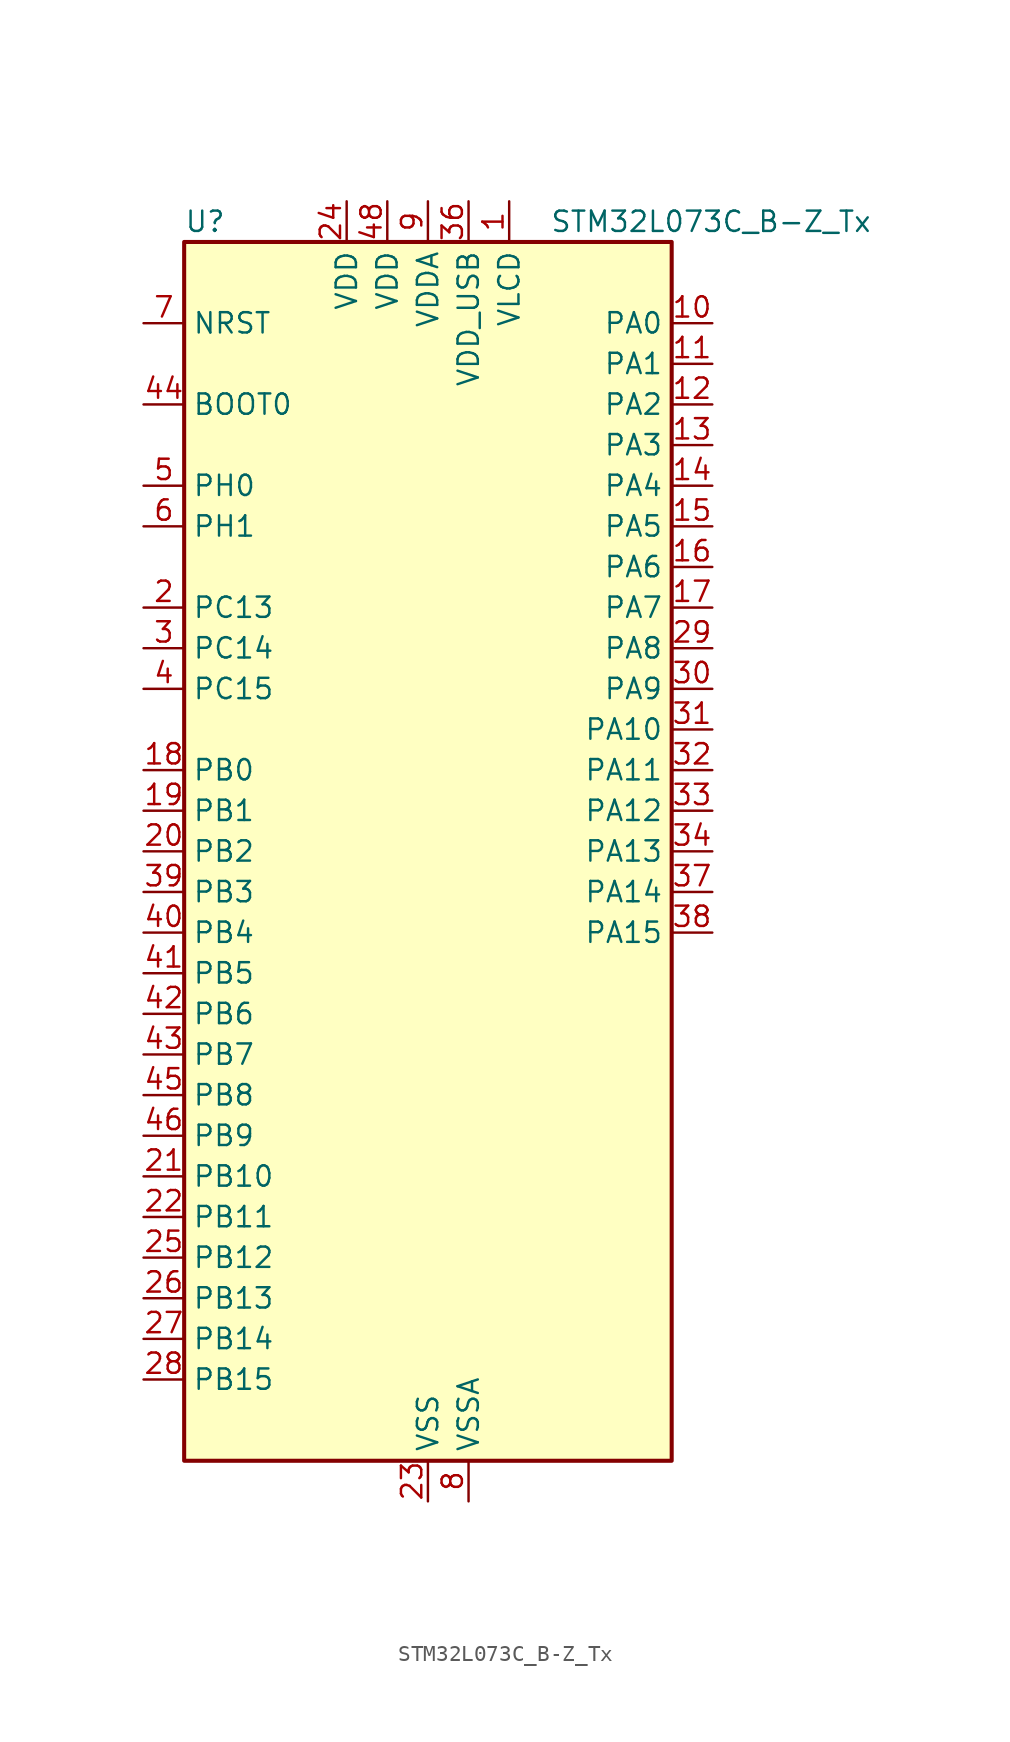
<source format=kicad_sym>
(kicad_symbol_lib
  (version 20241209)
  (generator "kicad_symbol_editor")
  (generator_version "9.0")
  (symbol "STM32L073C_B-Z_Tx"
    (property "Reference" "U"
      (at -15.24 39.37 0)
      (effects (font (size 1.27 1.27)) (justify left)))
    (property "Value" "STM32L073C_B-Z_Tx"
      (at 7.62 39.37 0)
      (effects (font (size 1.27 1.27)) (justify left)))
    (symbol "STM32L073C_B-Z_Tx_0_1"
      (rectangle (start -15.24 -38.1) (end 15.24 38.1) (stroke (width 0.254) (type default)) (fill (type background))))
    (symbol "STM32L073C_B-Z_Tx_1_1"
      (pin input line (at -17.78 33.02 0) (length 2.54) (name "NRST" (effects (font (size 1.27 1.27)))) (number "7" (effects (font (size 1.27 1.27)))))
      (pin input line (at -17.78 27.94 0) (length 2.54) (name "BOOT0" (effects (font (size 1.27 1.27)))) (number "44" (effects (font (size 1.27 1.27)))))
      (pin bidirectional line (at -17.78 22.86 0) (length 2.54) (name "PH0" (effects (font (size 1.27 1.27)))) (number "5" (effects (font (size 1.27 1.27)))) (alternate "CRS_SYNC" bidirectional line) (alternate "RCC_OSC_IN" bidirectional line))
      (pin bidirectional line (at -17.78 20.32 0) (length 2.54) (name "PH1" (effects (font (size 1.27 1.27)))) (number "6" (effects (font (size 1.27 1.27)))) (alternate "RCC_OSC_OUT" bidirectional line))
      (pin bidirectional line (at -17.78 15.24 0) (length 2.54) (name "PC13" (effects (font (size 1.27 1.27)))) (number "2" (effects (font (size 1.27 1.27)))) (alternate "RTC_OUT_ALARM" bidirectional line) (alternate "RTC_OUT_CALIB" bidirectional line) (alternate "RTC_TAMP1" bidirectional line) (alternate "RTC_TS" bidirectional line) (alternate "SYS_WKUP2" bidirectional line))
      (pin bidirectional line (at -17.78 12.7 0) (length 2.54) (name "PC14" (effects (font (size 1.27 1.27)))) (number "3" (effects (font (size 1.27 1.27)))) (alternate "RCC_OSC32_IN" bidirectional line))
      (pin bidirectional line (at -17.78 10.16 0) (length 2.54) (name "PC15" (effects (font (size 1.27 1.27)))) (number "4" (effects (font (size 1.27 1.27)))) (alternate "RCC_OSC32_OUT" bidirectional line))
      (pin bidirectional line (at -17.78 5.08 0) (length 2.54) (name "PB0" (effects (font (size 1.27 1.27)))) (number "18" (effects (font (size 1.27 1.27)))) (alternate "ADC_IN8" bidirectional line) (alternate "LCD_SEG5" bidirectional line) (alternate "LCD_VLCD3" bidirectional line) (alternate "SYS_VREF_OUT_PB0" bidirectional line) (alternate "TIM3_CH3" bidirectional line) (alternate "TSC_G3_IO2" bidirectional line))
      (pin bidirectional line (at -17.78 2.54 0) (length 2.54) (name "PB1" (effects (font (size 1.27 1.27)))) (number "19" (effects (font (size 1.27 1.27)))) (alternate "ADC_IN9" bidirectional line) (alternate "LCD_SEG6" bidirectional line) (alternate "LPUART1_DE" bidirectional line) (alternate "LPUART1_RTS" bidirectional line) (alternate "SYS_VREF_OUT_PB1" bidirectional line) (alternate "TIM3_CH4" bidirectional line) (alternate "TSC_G3_IO3" bidirectional line))
      (pin bidirectional line (at -17.78 0 0) (length 2.54) (name "PB2" (effects (font (size 1.27 1.27)))) (number "20" (effects (font (size 1.27 1.27)))) (alternate "I2C3_SMBA" bidirectional line) (alternate "LCD_VLCD2" bidirectional line) (alternate "LPTIM1_OUT" bidirectional line) (alternate "TSC_G3_IO4" bidirectional line))
      (pin bidirectional line (at -17.78 -2.54 0) (length 2.54) (name "PB3" (effects (font (size 1.27 1.27)))) (number "39" (effects (font (size 1.27 1.27)))) (alternate "COMP2_INM" bidirectional line) (alternate "LCD_SEG7" bidirectional line) (alternate "SPI1_SCK" bidirectional line) (alternate "TIM2_CH2" bidirectional line) (alternate "TSC_G5_IO1" bidirectional line) (alternate "USART1_DE" bidirectional line) (alternate "USART1_RTS" bidirectional line) (alternate "USART5_TX" bidirectional line))
      (pin bidirectional line (at -17.78 -5.08 0) (length 2.54) (name "PB4" (effects (font (size 1.27 1.27)))) (number "40" (effects (font (size 1.27 1.27)))) (alternate "COMP2_INP" bidirectional line) (alternate "I2C3_SDA" bidirectional line) (alternate "LCD_SEG8" bidirectional line) (alternate "SPI1_MISO" bidirectional line) (alternate "TIM22_CH1" bidirectional line) (alternate "TIM3_CH1" bidirectional line) (alternate "TSC_G5_IO2" bidirectional line) (alternate "USART1_CTS" bidirectional line) (alternate "USART5_RX" bidirectional line))
      (pin bidirectional line (at -17.78 -7.62 0) (length 2.54) (name "PB5" (effects (font (size 1.27 1.27)))) (number "41" (effects (font (size 1.27 1.27)))) (alternate "COMP2_INP" bidirectional line) (alternate "I2C1_SMBA" bidirectional line) (alternate "LCD_SEG9" bidirectional line) (alternate "LPTIM1_IN1" bidirectional line) (alternate "SPI1_MOSI" bidirectional line) (alternate "TIM22_CH2" bidirectional line) (alternate "TIM3_CH2" bidirectional line) (alternate "USART1_CK" bidirectional line) (alternate "USART5_CK" bidirectional line) (alternate "USART5_DE" bidirectional line) (alternate "USART5_RTS" bidirectional line))
      (pin bidirectional line (at -17.78 -10.16 0) (length 2.54) (name "PB6" (effects (font (size 1.27 1.27)))) (number "42" (effects (font (size 1.27 1.27)))) (alternate "COMP2_INP" bidirectional line) (alternate "I2C1_SCL" bidirectional line) (alternate "LPTIM1_ETR" bidirectional line) (alternate "TSC_G5_IO3" bidirectional line) (alternate "USART1_TX" bidirectional line))
      (pin bidirectional line (at -17.78 -12.7 0) (length 2.54) (name "PB7" (effects (font (size 1.27 1.27)))) (number "43" (effects (font (size 1.27 1.27)))) (alternate "COMP2_INP" bidirectional line) (alternate "I2C1_SDA" bidirectional line) (alternate "LPTIM1_IN2" bidirectional line) (alternate "SYS_PVD_IN" bidirectional line) (alternate "TSC_G5_IO4" bidirectional line) (alternate "USART1_RX" bidirectional line) (alternate "USART4_CTS" bidirectional line))
      (pin bidirectional line (at -17.78 -15.24 0) (length 2.54) (name "PB8" (effects (font (size 1.27 1.27)))) (number "45" (effects (font (size 1.27 1.27)))) (alternate "I2C1_SCL" bidirectional line) (alternate "LCD_SEG16" bidirectional line) (alternate "TSC_SYNC" bidirectional line))
      (pin bidirectional line (at -17.78 -17.78 0) (length 2.54) (name "PB9" (effects (font (size 1.27 1.27)))) (number "46" (effects (font (size 1.27 1.27)))) (alternate "DAC_EXTI9" bidirectional line) (alternate "I2C1_SDA" bidirectional line) (alternate "I2S2_WS" bidirectional line) (alternate "LCD_COM3" bidirectional line) (alternate "SPI2_NSS" bidirectional line))
      (pin bidirectional line (at -17.78 -20.32 0) (length 2.54) (name "PB10" (effects (font (size 1.27 1.27)))) (number "21" (effects (font (size 1.27 1.27)))) (alternate "I2C2_SCL" bidirectional line) (alternate "LCD_SEG10" bidirectional line) (alternate "LPUART1_RX" bidirectional line) (alternate "LPUART1_TX" bidirectional line) (alternate "SPI2_SCK" bidirectional line) (alternate "TIM2_CH3" bidirectional line) (alternate "TSC_SYNC" bidirectional line))
      (pin bidirectional line (at -17.78 -22.86 0) (length 2.54) (name "PB11" (effects (font (size 1.27 1.27)))) (number "22" (effects (font (size 1.27 1.27)))) (alternate "ADC_EXTI11" bidirectional line) (alternate "I2C2_SDA" bidirectional line) (alternate "LCD_SEG11" bidirectional line) (alternate "LPUART1_RX" bidirectional line) (alternate "LPUART1_TX" bidirectional line) (alternate "TIM2_CH4" bidirectional line) (alternate "TSC_G6_IO1" bidirectional line))
      (pin bidirectional line (at -17.78 -25.4 0) (length 2.54) (name "PB12" (effects (font (size 1.27 1.27)))) (number "25" (effects (font (size 1.27 1.27)))) (alternate "I2S2_WS" bidirectional line) (alternate "LCD_SEG12" bidirectional line) (alternate "LCD_VLCD2" bidirectional line) (alternate "LPUART1_DE" bidirectional line) (alternate "LPUART1_RTS" bidirectional line) (alternate "SPI2_NSS" bidirectional line) (alternate "TSC_G6_IO2" bidirectional line))
      (pin bidirectional line (at -17.78 -27.94 0) (length 2.54) (name "PB13" (effects (font (size 1.27 1.27)))) (number "26" (effects (font (size 1.27 1.27)))) (alternate "I2C2_SCL" bidirectional line) (alternate "I2S2_CK" bidirectional line) (alternate "LCD_SEG13" bidirectional line) (alternate "LPUART1_CTS" bidirectional line) (alternate "RCC_MCO" bidirectional line) (alternate "SPI2_SCK" bidirectional line) (alternate "TIM21_CH1" bidirectional line) (alternate "TSC_G6_IO3" bidirectional line))
      (pin bidirectional line (at -17.78 -30.48 0) (length 2.54) (name "PB14" (effects (font (size 1.27 1.27)))) (number "27" (effects (font (size 1.27 1.27)))) (alternate "I2C2_SDA" bidirectional line) (alternate "I2S2_MCK" bidirectional line) (alternate "LCD_SEG14" bidirectional line) (alternate "LPUART1_DE" bidirectional line) (alternate "LPUART1_RTS" bidirectional line) (alternate "RTC_OUT_ALARM" bidirectional line) (alternate "RTC_OUT_CALIB" bidirectional line) (alternate "SPI2_MISO" bidirectional line) (alternate "TIM21_CH2" bidirectional line) (alternate "TSC_G6_IO4" bidirectional line))
      (pin bidirectional line (at -17.78 -33.02 0) (length 2.54) (name "PB15" (effects (font (size 1.27 1.27)))) (number "28" (effects (font (size 1.27 1.27)))) (alternate "I2S2_SD" bidirectional line) (alternate "LCD_SEG15" bidirectional line) (alternate "RTC_REFIN" bidirectional line) (alternate "SPI2_MOSI" bidirectional line))
      (pin power_in line (at -5.08 40.64 270) (length 2.54) (name "VDD" (effects (font (size 1.27 1.27)))) (number "24" (effects (font (size 1.27 1.27)))))
      (pin power_in line (at -2.54 40.64 270) (length 2.54) (name "VDD" (effects (font (size 1.27 1.27)))) (number "48" (effects (font (size 1.27 1.27)))))
      (pin power_in line (at 0 40.64 270) (length 2.54) (name "VDDA" (effects (font (size 1.27 1.27)))) (number "9" (effects (font (size 1.27 1.27)))))
      (pin power_in line (at 0 -40.64 90) (length 2.54) (name "VSS" (effects (font (size 1.27 1.27)))) (number "23" (effects (font (size 1.27 1.27)))))
      (pin passive line (at 0 -40.64 90) (length 2.54) (hide yes) (name "VSS" (effects (font (size 1.27 1.27)))) (number "35" (effects (font (size 1.27 1.27)))))
      (pin passive line (at 0 -40.64 90) (length 2.54) (hide yes) (name "VSS" (effects (font (size 1.27 1.27)))) (number "47" (effects (font (size 1.27 1.27)))))
      (pin power_in line (at 2.54 40.64 270) (length 2.54) (name "VDD_USB" (effects (font (size 1.27 1.27)))) (number "36" (effects (font (size 1.27 1.27)))))
      (pin power_in line (at 2.54 -40.64 90) (length 2.54) (name "VSSA" (effects (font (size 1.27 1.27)))) (number "8" (effects (font (size 1.27 1.27)))))
      (pin power_in line (at 5.08 40.64 270) (length 2.54) (name "VLCD" (effects (font (size 1.27 1.27)))) (number "1" (effects (font (size 1.27 1.27)))))
      (pin bidirectional line (at 17.78 33.02 180) (length 2.54) (name "PA0" (effects (font (size 1.27 1.27)))) (number "10" (effects (font (size 1.27 1.27)))) (alternate "ADC_IN0" bidirectional line) (alternate "COMP1_INM" bidirectional line) (alternate "COMP1_OUT" bidirectional line) (alternate "RTC_TAMP2" bidirectional line) (alternate "SYS_WKUP1" bidirectional line) (alternate "TIM2_CH1" bidirectional line) (alternate "TIM2_ETR" bidirectional line) (alternate "TSC_G1_IO1" bidirectional line) (alternate "USART2_CTS" bidirectional line) (alternate "USART4_TX" bidirectional line))
      (pin bidirectional line (at 17.78 30.48 180) (length 2.54) (name "PA1" (effects (font (size 1.27 1.27)))) (number "11" (effects (font (size 1.27 1.27)))) (alternate "ADC_IN1" bidirectional line) (alternate "COMP1_INP" bidirectional line) (alternate "LCD_SEG0" bidirectional line) (alternate "TIM21_ETR" bidirectional line) (alternate "TIM2_CH2" bidirectional line) (alternate "TSC_G1_IO2" bidirectional line) (alternate "USART2_DE" bidirectional line) (alternate "USART2_RTS" bidirectional line) (alternate "USART4_RX" bidirectional line))
      (pin bidirectional line (at 17.78 27.94 180) (length 2.54) (name "PA2" (effects (font (size 1.27 1.27)))) (number "12" (effects (font (size 1.27 1.27)))) (alternate "ADC_IN2" bidirectional line) (alternate "COMP2_INM" bidirectional line) (alternate "COMP2_OUT" bidirectional line) (alternate "LCD_SEG1" bidirectional line) (alternate "LPUART1_TX" bidirectional line) (alternate "TIM21_CH1" bidirectional line) (alternate "TIM2_CH3" bidirectional line) (alternate "TSC_G1_IO3" bidirectional line) (alternate "USART2_TX" bidirectional line))
      (pin bidirectional line (at 17.78 25.4 180) (length 2.54) (name "PA3" (effects (font (size 1.27 1.27)))) (number "13" (effects (font (size 1.27 1.27)))) (alternate "ADC_IN3" bidirectional line) (alternate "COMP2_INP" bidirectional line) (alternate "LCD_SEG2" bidirectional line) (alternate "LPUART1_RX" bidirectional line) (alternate "TIM21_CH2" bidirectional line) (alternate "TIM2_CH4" bidirectional line) (alternate "TSC_G1_IO4" bidirectional line) (alternate "USART2_RX" bidirectional line))
      (pin bidirectional line (at 17.78 22.86 180) (length 2.54) (name "PA4" (effects (font (size 1.27 1.27)))) (number "14" (effects (font (size 1.27 1.27)))) (alternate "ADC_IN4" bidirectional line) (alternate "COMP1_INM" bidirectional line) (alternate "COMP2_INM" bidirectional line) (alternate "DAC_OUT1" bidirectional line) (alternate "SPI1_NSS" bidirectional line) (alternate "TIM22_ETR" bidirectional line) (alternate "TSC_G2_IO1" bidirectional line) (alternate "USART2_CK" bidirectional line))
      (pin bidirectional line (at 17.78 20.32 180) (length 2.54) (name "PA5" (effects (font (size 1.27 1.27)))) (number "15" (effects (font (size 1.27 1.27)))) (alternate "ADC_IN5" bidirectional line) (alternate "COMP1_INM" bidirectional line) (alternate "COMP2_INM" bidirectional line) (alternate "DAC_OUT2" bidirectional line) (alternate "SPI1_SCK" bidirectional line) (alternate "TIM2_CH1" bidirectional line) (alternate "TIM2_ETR" bidirectional line) (alternate "TSC_G2_IO2" bidirectional line))
      (pin bidirectional line (at 17.78 17.78 180) (length 2.54) (name "PA6" (effects (font (size 1.27 1.27)))) (number "16" (effects (font (size 1.27 1.27)))) (alternate "ADC_IN6" bidirectional line) (alternate "COMP1_OUT" bidirectional line) (alternate "LCD_SEG3" bidirectional line) (alternate "LPUART1_CTS" bidirectional line) (alternate "SPI1_MISO" bidirectional line) (alternate "TIM22_CH1" bidirectional line) (alternate "TIM3_CH1" bidirectional line) (alternate "TSC_G2_IO3" bidirectional line))
      (pin bidirectional line (at 17.78 15.24 180) (length 2.54) (name "PA7" (effects (font (size 1.27 1.27)))) (number "17" (effects (font (size 1.27 1.27)))) (alternate "ADC_IN7" bidirectional line) (alternate "COMP2_OUT" bidirectional line) (alternate "LCD_SEG4" bidirectional line) (alternate "SPI1_MOSI" bidirectional line) (alternate "TIM22_CH2" bidirectional line) (alternate "TIM3_CH2" bidirectional line) (alternate "TSC_G2_IO4" bidirectional line))
      (pin bidirectional line (at 17.78 12.7 180) (length 2.54) (name "PA8" (effects (font (size 1.27 1.27)))) (number "29" (effects (font (size 1.27 1.27)))) (alternate "CRS_SYNC" bidirectional line) (alternate "I2C3_SCL" bidirectional line) (alternate "LCD_COM0" bidirectional line) (alternate "RCC_MCO" bidirectional line) (alternate "USART1_CK" bidirectional line))
      (pin bidirectional line (at 17.78 10.16 180) (length 2.54) (name "PA9" (effects (font (size 1.27 1.27)))) (number "30" (effects (font (size 1.27 1.27)))) (alternate "DAC_EXTI9" bidirectional line) (alternate "I2C1_SCL" bidirectional line) (alternate "I2C3_SMBA" bidirectional line) (alternate "LCD_COM1" bidirectional line) (alternate "RCC_MCO" bidirectional line) (alternate "TSC_G4_IO1" bidirectional line) (alternate "USART1_TX" bidirectional line))
      (pin bidirectional line (at 17.78 7.62 180) (length 2.54) (name "PA10" (effects (font (size 1.27 1.27)))) (number "31" (effects (font (size 1.27 1.27)))) (alternate "I2C1_SDA" bidirectional line) (alternate "LCD_COM2" bidirectional line) (alternate "TSC_G4_IO2" bidirectional line) (alternate "USART1_RX" bidirectional line))
      (pin bidirectional line (at 17.78 5.08 180) (length 2.54) (name "PA11" (effects (font (size 1.27 1.27)))) (number "32" (effects (font (size 1.27 1.27)))) (alternate "ADC_EXTI11" bidirectional line) (alternate "COMP1_OUT" bidirectional line) (alternate "SPI1_MISO" bidirectional line) (alternate "TSC_G4_IO3" bidirectional line) (alternate "USART1_CTS" bidirectional line) (alternate "USB_DM" bidirectional line))
      (pin bidirectional line (at 17.78 2.54 180) (length 2.54) (name "PA12" (effects (font (size 1.27 1.27)))) (number "33" (effects (font (size 1.27 1.27)))) (alternate "COMP2_OUT" bidirectional line) (alternate "SPI1_MOSI" bidirectional line) (alternate "TSC_G4_IO4" bidirectional line) (alternate "USART1_DE" bidirectional line) (alternate "USART1_RTS" bidirectional line) (alternate "USB_DP" bidirectional line))
      (pin bidirectional line (at 17.78 0 180) (length 2.54) (name "PA13" (effects (font (size 1.27 1.27)))) (number "34" (effects (font (size 1.27 1.27)))) (alternate "LPUART1_RX" bidirectional line) (alternate "SYS_SWDIO" bidirectional line) (alternate "USB_NOE" bidirectional line))
      (pin bidirectional line (at 17.78 -2.54 180) (length 2.54) (name "PA14" (effects (font (size 1.27 1.27)))) (number "37" (effects (font (size 1.27 1.27)))) (alternate "LPUART1_TX" bidirectional line) (alternate "SYS_SWCLK" bidirectional line) (alternate "USART2_TX" bidirectional line))
      (pin bidirectional line (at 17.78 -5.08 180) (length 2.54) (name "PA15" (effects (font (size 1.27 1.27)))) (number "38" (effects (font (size 1.27 1.27)))) (alternate "LCD_SEG17" bidirectional line) (alternate "SPI1_NSS" bidirectional line) (alternate "TIM2_CH1" bidirectional line) (alternate "TIM2_ETR" bidirectional line) (alternate "USART2_RX" bidirectional line) (alternate "USART4_DE" bidirectional line) (alternate "USART4_RTS" bidirectional line)))))
</source>
